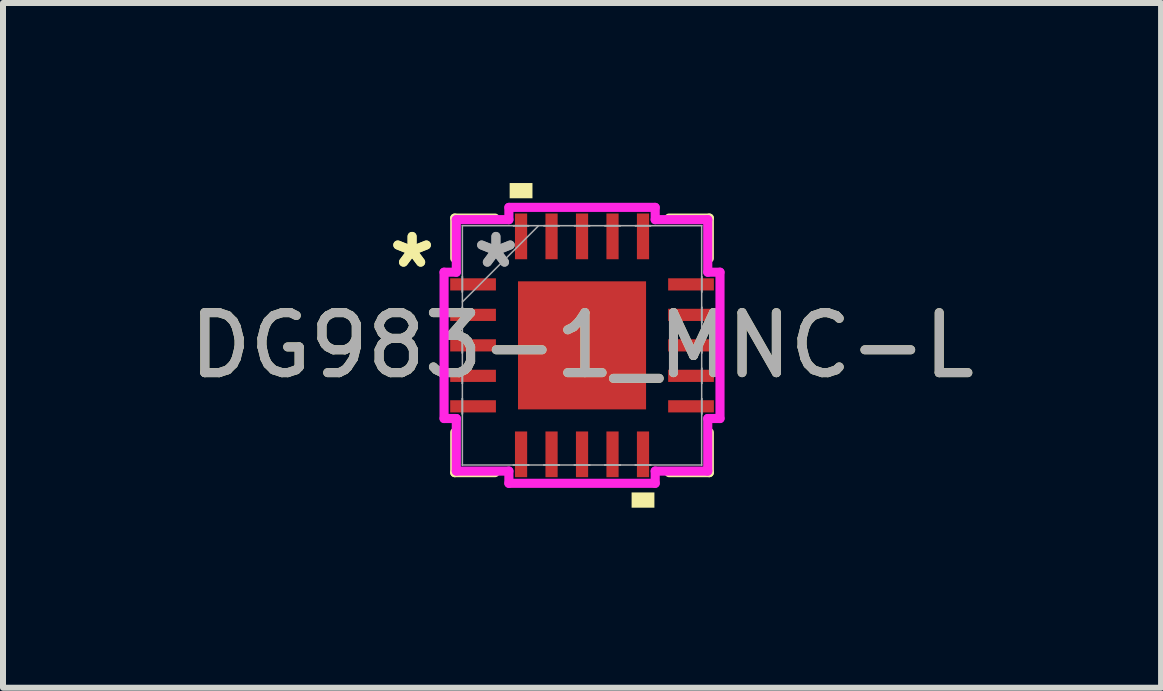
<source format=kicad_pcb>
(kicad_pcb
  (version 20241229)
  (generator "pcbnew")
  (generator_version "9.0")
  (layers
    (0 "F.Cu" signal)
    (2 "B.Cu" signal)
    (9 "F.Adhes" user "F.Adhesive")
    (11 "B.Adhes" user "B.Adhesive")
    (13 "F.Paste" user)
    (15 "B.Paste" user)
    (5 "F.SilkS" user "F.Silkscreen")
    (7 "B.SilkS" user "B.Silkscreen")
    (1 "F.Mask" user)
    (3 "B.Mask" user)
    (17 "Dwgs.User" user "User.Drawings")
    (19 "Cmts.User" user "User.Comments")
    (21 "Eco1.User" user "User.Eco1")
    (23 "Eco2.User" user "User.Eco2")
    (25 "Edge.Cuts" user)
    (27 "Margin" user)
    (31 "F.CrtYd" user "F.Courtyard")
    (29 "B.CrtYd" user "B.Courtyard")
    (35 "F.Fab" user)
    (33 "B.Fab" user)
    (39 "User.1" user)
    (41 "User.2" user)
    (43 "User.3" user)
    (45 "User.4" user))
  (footprint "DG983-1_MNC-L"
    (layer "F.Cu")
    (at 6.649 2.705)
    (property "Reference" "DG983-1_MNC-L" (at 0 0 0) (unlocked yes) (layer "F.SilkS") (effects (font (size 1 1) (thickness 0.15))))
    (attr smd)
    (fp_line (start -2.121 -2.121) (end -2.121 -1.45) (stroke (width 0.152) (type solid)) (layer "F.SilkS"))
    (fp_line (start -2.121 1.45) (end -2.121 2.121) (stroke (width 0.152) (type solid)) (layer "F.SilkS"))
    (fp_line (start -2.121 2.121) (end -1.45 2.121) (stroke (width 0.152) (type solid)) (layer "F.SilkS"))
    (fp_line (start -1.45 -2.121) (end -2.121 -2.121) (stroke (width 0.152) (type solid)) (layer "F.SilkS"))
    (fp_line (start 1.45 2.121) (end 2.121 2.121) (stroke (width 0.152) (type solid)) (layer "F.SilkS"))
    (fp_line (start 2.121 -2.121) (end 1.45 -2.121) (stroke (width 0.152) (type solid)) (layer "F.SilkS"))
    (fp_line (start 2.121 -1.45) (end 2.121 -2.121) (stroke (width 0.152) (type solid)) (layer "F.SilkS"))
    (fp_line (start 2.121 2.121) (end 2.121 1.45) (stroke (width 0.152) (type solid)) (layer "F.SilkS"))
    (fp_poly (pts (xy -1.206 -2.451) (xy -1.206 -2.705) (xy -0.826 -2.705) (xy -0.826 -2.451)) (stroke (width 0) (type solid)) (fill yes) (layer "F.SilkS"))
    (fp_poly (pts (xy 0.826 2.451) (xy 0.826 2.705) (xy 1.206 2.705) (xy 1.206 2.451)) (stroke (width 0) (type solid)) (fill yes) (layer "F.SilkS"))
    (fp_line (start -2.299 -1.219) (end -2.095 -1.219) (stroke (width 0.152) (type solid)) (layer "F.CrtYd"))
    (fp_line (start -2.299 1.219) (end -2.299 -1.219) (stroke (width 0.152) (type solid)) (layer "F.CrtYd"))
    (fp_line (start -2.095 -2.095) (end -1.219 -2.095) (stroke (width 0.152) (type solid)) (layer "F.CrtYd"))
    (fp_line (start -2.095 -1.219) (end -2.095 -2.095) (stroke (width 0.152) (type solid)) (layer "F.CrtYd"))
    (fp_line (start -2.095 1.219) (end -2.299 1.219) (stroke (width 0.152) (type solid)) (layer "F.CrtYd"))
    (fp_line (start -2.095 2.095) (end -2.095 1.219) (stroke (width 0.152) (type solid)) (layer "F.CrtYd"))
    (fp_line (start -1.219 -2.299) (end 1.219 -2.299) (stroke (width 0.152) (type solid)) (layer "F.CrtYd"))
    (fp_line (start -1.219 -2.095) (end -1.219 -2.299) (stroke (width 0.152) (type solid)) (layer "F.CrtYd"))
    (fp_line (start -1.219 2.095) (end -2.095 2.095) (stroke (width 0.152) (type solid)) (layer "F.CrtYd"))
    (fp_line (start -1.219 2.299) (end -1.219 2.095) (stroke (width 0.152) (type solid)) (layer "F.CrtYd"))
    (fp_line (start 1.219 -2.299) (end 1.219 -2.095) (stroke (width 0.152) (type solid)) (layer "F.CrtYd"))
    (fp_line (start 1.219 -2.095) (end 2.095 -2.095) (stroke (width 0.152) (type solid)) (layer "F.CrtYd"))
    (fp_line (start 1.219 2.095) (end 1.219 2.299) (stroke (width 0.152) (type solid)) (layer "F.CrtYd"))
    (fp_line (start 1.219 2.299) (end -1.219 2.299) (stroke (width 0.152) (type solid)) (layer "F.CrtYd"))
    (fp_line (start 2.095 -2.095) (end 2.095 -1.219) (stroke (width 0.152) (type solid)) (layer "F.CrtYd"))
    (fp_line (start 2.095 -1.219) (end 2.299 -1.219) (stroke (width 0.152) (type solid)) (layer "F.CrtYd"))
    (fp_line (start 2.095 1.219) (end 2.095 2.095) (stroke (width 0.152) (type solid)) (layer "F.CrtYd"))
    (fp_line (start 2.095 2.095) (end 1.219 2.095) (stroke (width 0.152) (type solid)) (layer "F.CrtYd"))
    (fp_line (start 2.299 -1.219) (end 2.299 1.219) (stroke (width 0.152) (type solid)) (layer "F.CrtYd"))
    (fp_line (start 2.299 1.219) (end 2.095 1.219) (stroke (width 0.152) (type solid)) (layer "F.CrtYd"))
    (fp_line (start -1.994 -1.994) (end -1.994 -1.994) (stroke (width 0.025) (type solid)) (layer "F.Fab"))
    (fp_line (start -1.994 -1.994) (end -1.994 1.994) (stroke (width 0.025) (type solid)) (layer "F.Fab"))
    (fp_line (start -1.994 -1.143) (end -1.994 -1.143) (stroke (width 0.025) (type solid)) (layer "F.Fab"))
    (fp_line (start -1.994 -1.143) (end -1.994 -0.889) (stroke (width 0.025) (type solid)) (layer "F.Fab"))
    (fp_line (start -1.994 -0.889) (end -1.994 -1.143) (stroke (width 0.025) (type solid)) (layer "F.Fab"))
    (fp_line (start -1.994 -0.889) (end -1.994 -0.889) (stroke (width 0.025) (type solid)) (layer "F.Fab"))
    (fp_line (start -1.994 -0.724) (end -0.724 -1.994) (stroke (width 0.025) (type solid)) (layer "F.Fab"))
    (fp_line (start -1.994 -0.635) (end -1.994 -0.635) (stroke (width 0.025) (type solid)) (layer "F.Fab"))
    (fp_line (start -1.994 -0.635) (end -1.994 -0.381) (stroke (width 0.025) (type solid)) (layer "F.Fab"))
    (fp_line (start -1.994 -0.381) (end -1.994 -0.635) (stroke (width 0.025) (type solid)) (layer "F.Fab"))
    (fp_line (start -1.994 -0.381) (end -1.994 -0.381) (stroke (width 0.025) (type solid)) (layer "F.Fab"))
    (fp_line (start -1.994 -0.127) (end -1.994 -0.127) (stroke (width 0.025) (type solid)) (layer "F.Fab"))
    (fp_line (start -1.994 -0.127) (end -1.994 0.127) (stroke (width 0.025) (type solid)) (layer "F.Fab"))
    (fp_line (start -1.994 0.127) (end -1.994 -0.127) (stroke (width 0.025) (type solid)) (layer "F.Fab"))
    (fp_line (start -1.994 0.127) (end -1.994 0.127) (stroke (width 0.025) (type solid)) (layer "F.Fab"))
    (fp_line (start -1.994 0.381) (end -1.994 0.381) (stroke (width 0.025) (type solid)) (layer "F.Fab"))
    (fp_line (start -1.994 0.381) (end -1.994 0.635) (stroke (width 0.025) (type solid)) (layer "F.Fab"))
    (fp_line (start -1.994 0.635) (end -1.994 0.381) (stroke (width 0.025) (type solid)) (layer "F.Fab"))
    (fp_line (start -1.994 0.635) (end -1.994 0.635) (stroke (width 0.025) (type solid)) (layer "F.Fab"))
    (fp_line (start -1.994 0.889) (end -1.994 0.889) (stroke (width 0.025) (type solid)) (layer "F.Fab"))
    (fp_line (start -1.994 0.889) (end -1.994 1.143) (stroke (width 0.025) (type solid)) (layer "F.Fab"))
    (fp_line (start -1.994 1.143) (end -1.994 0.889) (stroke (width 0.025) (type solid)) (layer "F.Fab"))
    (fp_line (start -1.994 1.143) (end -1.994 1.143) (stroke (width 0.025) (type solid)) (layer "F.Fab"))
    (fp_line (start -1.994 1.994) (end -1.994 1.994) (stroke (width 0.025) (type solid)) (layer "F.Fab"))
    (fp_line (start -1.994 1.994) (end 1.994 1.994) (stroke (width 0.025) (type solid)) (layer "F.Fab"))
    (fp_line (start -1.143 -1.994) (end -1.143 -1.994) (stroke (width 0.025) (type solid)) (layer "F.Fab"))
    (fp_line (start -1.143 -1.994) (end -0.889 -1.994) (stroke (width 0.025) (type solid)) (layer "F.Fab"))
    (fp_line (start -1.143 1.994) (end -1.143 1.994) (stroke (width 0.025) (type solid)) (layer "F.Fab"))
    (fp_line (start -1.143 1.994) (end -0.889 1.994) (stroke (width 0.025) (type solid)) (layer "F.Fab"))
    (fp_line (start -0.889 -1.994) (end -1.143 -1.994) (stroke (width 0.025) (type solid)) (layer "F.Fab"))
    (fp_line (start -0.889 -1.994) (end -0.889 -1.994) (stroke (width 0.025) (type solid)) (layer "F.Fab"))
    (fp_line (start -0.889 1.994) (end -1.143 1.994) (stroke (width 0.025) (type solid)) (layer "F.Fab"))
    (fp_line (start -0.889 1.994) (end -0.889 1.994) (stroke (width 0.025) (type solid)) (layer "F.Fab"))
    (fp_line (start -0.635 -1.994) (end -0.635 -1.994) (stroke (width 0.025) (type solid)) (layer "F.Fab"))
    (fp_line (start -0.635 -1.994) (end -0.381 -1.994) (stroke (width 0.025) (type solid)) (layer "F.Fab"))
    (fp_line (start -0.635 1.994) (end -0.635 1.994) (stroke (width 0.025) (type solid)) (layer "F.Fab"))
    (fp_line (start -0.635 1.994) (end -0.381 1.994) (stroke (width 0.025) (type solid)) (layer "F.Fab"))
    (fp_line (start -0.381 -1.994) (end -0.635 -1.994) (stroke (width 0.025) (type solid)) (layer "F.Fab"))
    (fp_line (start -0.381 -1.994) (end -0.381 -1.994) (stroke (width 0.025) (type solid)) (layer "F.Fab"))
    (fp_line (start -0.381 1.994) (end -0.635 1.994) (stroke (width 0.025) (type solid)) (layer "F.Fab"))
    (fp_line (start -0.381 1.994) (end -0.381 1.994) (stroke (width 0.025) (type solid)) (layer "F.Fab"))
    (fp_line (start -0.127 -1.994) (end -0.127 -1.994) (stroke (width 0.025) (type solid)) (layer "F.Fab"))
    (fp_line (start -0.127 -1.994) (end 0.127 -1.994) (stroke (width 0.025) (type solid)) (layer "F.Fab"))
    (fp_line (start -0.127 1.994) (end -0.127 1.994) (stroke (width 0.025) (type solid)) (layer "F.Fab"))
    (fp_line (start -0.127 1.994) (end 0.127 1.994) (stroke (width 0.025) (type solid)) (layer "F.Fab"))
    (fp_line (start 0.127 -1.994) (end -0.127 -1.994) (stroke (width 0.025) (type solid)) (layer "F.Fab"))
    (fp_line (start 0.127 -1.994) (end 0.127 -1.994) (stroke (width 0.025) (type solid)) (layer "F.Fab"))
    (fp_line (start 0.127 1.994) (end -0.127 1.994) (stroke (width 0.025) (type solid)) (layer "F.Fab"))
    (fp_line (start 0.127 1.994) (end 0.127 1.994) (stroke (width 0.025) (type solid)) (layer "F.Fab"))
    (fp_line (start 0.381 -1.994) (end 0.381 -1.994) (stroke (width 0.025) (type solid)) (layer "F.Fab"))
    (fp_line (start 0.381 -1.994) (end 0.635 -1.994) (stroke (width 0.025) (type solid)) (layer "F.Fab"))
    (fp_line (start 0.381 1.994) (end 0.381 1.994) (stroke (width 0.025) (type solid)) (layer "F.Fab"))
    (fp_line (start 0.381 1.994) (end 0.635 1.994) (stroke (width 0.025) (type solid)) (layer "F.Fab"))
    (fp_line (start 0.635 -1.994) (end 0.381 -1.994) (stroke (width 0.025) (type solid)) (layer "F.Fab"))
    (fp_line (start 0.635 -1.994) (end 0.635 -1.994) (stroke (width 0.025) (type solid)) (layer "F.Fab"))
    (fp_line (start 0.635 1.994) (end 0.381 1.994) (stroke (width 0.025) (type solid)) (layer "F.Fab"))
    (fp_line (start 0.635 1.994) (end 0.635 1.994) (stroke (width 0.025) (type solid)) (layer "F.Fab"))
    (fp_line (start 0.889 -1.994) (end 0.889 -1.994) (stroke (width 0.025) (type solid)) (layer "F.Fab"))
    (fp_line (start 0.889 -1.994) (end 1.143 -1.994) (stroke (width 0.025) (type solid)) (layer "F.Fab"))
    (fp_line (start 0.889 1.994) (end 0.889 1.994) (stroke (width 0.025) (type solid)) (layer "F.Fab"))
    (fp_line (start 0.889 1.994) (end 1.143 1.994) (stroke (width 0.025) (type solid)) (layer "F.Fab"))
    (fp_line (start 1.143 -1.994) (end 0.889 -1.994) (stroke (width 0.025) (type solid)) (layer "F.Fab"))
    (fp_line (start 1.143 -1.994) (end 1.143 -1.994) (stroke (width 0.025) (type solid)) (layer "F.Fab"))
    (fp_line (start 1.143 1.994) (end 0.889 1.994) (stroke (width 0.025) (type solid)) (layer "F.Fab"))
    (fp_line (start 1.143 1.994) (end 1.143 1.994) (stroke (width 0.025) (type solid)) (layer "F.Fab"))
    (fp_line (start 1.994 -1.994) (end -1.994 -1.994) (stroke (width 0.025) (type solid)) (layer "F.Fab"))
    (fp_line (start 1.994 -1.994) (end 1.994 -1.994) (stroke (width 0.025) (type solid)) (layer "F.Fab"))
    (fp_line (start 1.994 -1.143) (end 1.994 -1.143) (stroke (width 0.025) (type solid)) (layer "F.Fab"))
    (fp_line (start 1.994 -1.143) (end 1.994 -0.889) (stroke (width 0.025) (type solid)) (layer "F.Fab"))
    (fp_line (start 1.994 -0.889) (end 1.994 -1.143) (stroke (width 0.025) (type solid)) (layer "F.Fab"))
    (fp_line (start 1.994 -0.889) (end 1.994 -0.889) (stroke (width 0.025) (type solid)) (layer "F.Fab"))
    (fp_line (start 1.994 -0.635) (end 1.994 -0.635) (stroke (width 0.025) (type solid)) (layer "F.Fab"))
    (fp_line (start 1.994 -0.635) (end 1.994 -0.381) (stroke (width 0.025) (type solid)) (layer "F.Fab"))
    (fp_line (start 1.994 -0.381) (end 1.994 -0.635) (stroke (width 0.025) (type solid)) (layer "F.Fab"))
    (fp_line (start 1.994 -0.381) (end 1.994 -0.381) (stroke (width 0.025) (type solid)) (layer "F.Fab"))
    (fp_line (start 1.994 -0.127) (end 1.994 -0.127) (stroke (width 0.025) (type solid)) (layer "F.Fab"))
    (fp_line (start 1.994 -0.127) (end 1.994 0.127) (stroke (width 0.025) (type solid)) (layer "F.Fab"))
    (fp_line (start 1.994 0.127) (end 1.994 -0.127) (stroke (width 0.025) (type solid)) (layer "F.Fab"))
    (fp_line (start 1.994 0.127) (end 1.994 0.127) (stroke (width 0.025) (type solid)) (layer "F.Fab"))
    (fp_line (start 1.994 0.381) (end 1.994 0.381) (stroke (width 0.025) (type solid)) (layer "F.Fab"))
    (fp_line (start 1.994 0.381) (end 1.994 0.635) (stroke (width 0.025) (type solid)) (layer "F.Fab"))
    (fp_line (start 1.994 0.635) (end 1.994 0.381) (stroke (width 0.025) (type solid)) (layer "F.Fab"))
    (fp_line (start 1.994 0.635) (end 1.994 0.635) (stroke (width 0.025) (type solid)) (layer "F.Fab"))
    (fp_line (start 1.994 0.889) (end 1.994 0.889) (stroke (width 0.025) (type solid)) (layer "F.Fab"))
    (fp_line (start 1.994 0.889) (end 1.994 1.143) (stroke (width 0.025) (type solid)) (layer "F.Fab"))
    (fp_line (start 1.994 1.143) (end 1.994 0.889) (stroke (width 0.025) (type solid)) (layer "F.Fab"))
    (fp_line (start 1.994 1.143) (end 1.994 1.143) (stroke (width 0.025) (type solid)) (layer "F.Fab"))
    (fp_line (start 1.994 1.994) (end 1.994 -1.994) (stroke (width 0.025) (type solid)) (layer "F.Fab"))
    (fp_line (start 1.994 1.994) (end 1.994 1.994) (stroke (width 0.025) (type solid)) (layer "F.Fab"))
    (fp_text user "*" (at -2.832 -1.27 0) (layer "F.SilkS") (effects (font (size 1 1) (thickness 0.15))))
    (fp_text user "*" (at -2.832 -1.27 0) (unlocked yes) (layer "F.SilkS") (effects (font (size 1 1) (thickness 0.15))))
    (fp_text user "${REFERENCE}" (at 0 0 0) (unlocked yes) (layer "F.Fab") (effects (font (size 1 1) (thickness 0.15))))
    (fp_text user "*" (at -1.435 -1.27 0) (layer "F.Fab") (effects (font (size 1 1) (thickness 0.15))))
    (fp_text user "*" (at -1.435 -1.27 0) (unlocked yes) (layer "F.Fab") (effects (font (size 1 1) (thickness 0.15))))
    (pad "1" smd rect (at -1.816 -1.016 90) (size 0.203 0.762) (layers "F.Cu" "F.Mask" "F.Paste"))
    (pad "2" smd rect (at -1.816 -0.508 90) (size 0.203 0.762) (layers "F.Cu" "F.Mask" "F.Paste"))
    (pad "3" smd rect (at -1.816 0 90) (size 0.203 0.762) (layers "F.Cu" "F.Mask" "F.Paste"))
    (pad "4" smd rect (at -1.816 0.508 90) (size 0.203 0.762) (layers "F.Cu" "F.Mask" "F.Paste"))
    (pad "5" smd rect (at -1.816 1.016 90) (size 0.203 0.762) (layers "F.Cu" "F.Mask" "F.Paste"))
    (pad "6" smd rect (at -1.016 1.816) (size 0.203 0.762) (layers "F.Cu" "F.Mask" "F.Paste"))
    (pad "7" smd rect (at -0.508 1.816) (size 0.203 0.762) (layers "F.Cu" "F.Mask" "F.Paste"))
    (pad "8" smd rect (at 0 1.816) (size 0.203 0.762) (layers "F.Cu" "F.Mask" "F.Paste"))
    (pad "9" smd rect (at 0.508 1.816) (size 0.203 0.762) (layers "F.Cu" "F.Mask" "F.Paste"))
    (pad "10" smd rect (at 1.016 1.816) (size 0.203 0.762) (layers "F.Cu" "F.Mask" "F.Paste"))
    (pad "11" smd rect (at 1.816 1.016 90) (size 0.203 0.762) (layers "F.Cu" "F.Mask" "F.Paste"))
    (pad "12" smd rect (at 1.816 0.508 90) (size 0.203 0.762) (layers "F.Cu" "F.Mask" "F.Paste"))
    (pad "13" smd rect (at 1.816 0 90) (size 0.203 0.762) (layers "F.Cu" "F.Mask" "F.Paste"))
    (pad "14" smd rect (at 1.816 -0.508 90) (size 0.203 0.762) (layers "F.Cu" "F.Mask" "F.Paste"))
    (pad "15" smd rect (at 1.816 -1.016 90) (size 0.203 0.762) (layers "F.Cu" "F.Mask" "F.Paste"))
    (pad "16" smd rect (at 1.016 -1.816) (size 0.203 0.762) (layers "F.Cu" "F.Mask" "F.Paste"))
    (pad "17" smd rect (at 0.508 -1.816) (size 0.203 0.762) (layers "F.Cu" "F.Mask" "F.Paste"))
    (pad "18" smd rect (at 0 -1.816) (size 0.203 0.762) (layers "F.Cu" "F.Mask" "F.Paste"))
    (pad "19" smd rect (at -0.508 -1.816) (size 0.203 0.762) (layers "F.Cu" "F.Mask" "F.Paste"))
    (pad "20" smd rect (at -1.016 -1.816) (size 0.203 0.762) (layers "F.Cu" "F.Mask" "F.Paste"))
    (pad "21" smd rect (at 0 0) (size 2.134 2.134) (layers "F.Cu" "F.Mask" "F.Paste")))
  (gr_rect
    (start -3 -3)
    (end 16.298 8.41)
    (stroke (width 0.1) (type default))
    (fill no)
    (layer "Edge.Cuts")))
</source>
